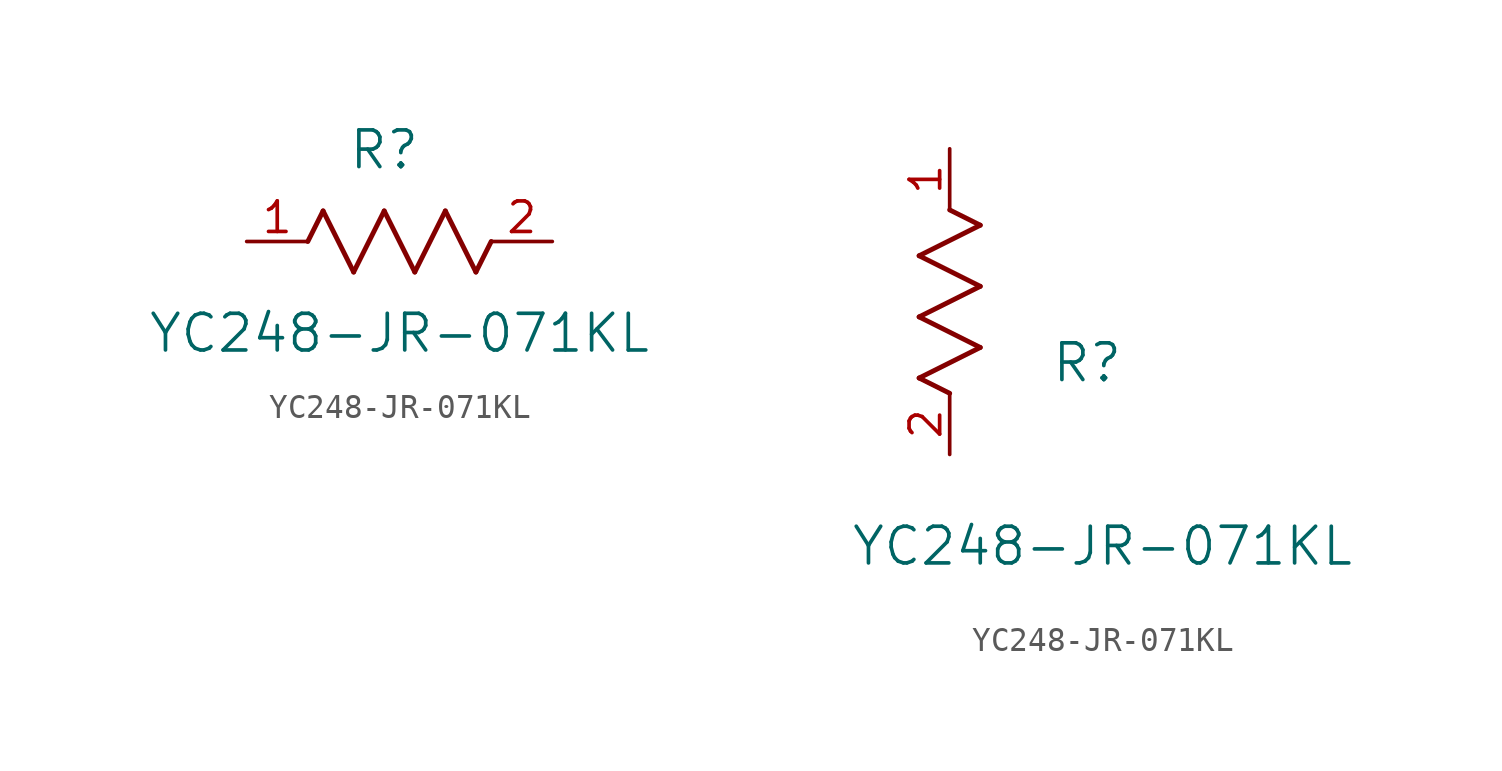
<source format=kicad_sym>
(kicad_symbol_lib
  (version 20211014)
  (generator kicad_symbol_editor)
  (symbol "YC248-JR-071KL"
    (pin_names
      (offset 0.254))
    (property "Reference" "R"
      (at 5.715 3.81 0)
      (effects (font (size 1.524 1.524))))
    (property "Value" "YC248-JR-071KL"
      (at 6.35 -3.81 0)
      (effects (font (size 1.524 1.524))))
    (symbol "YC248-JR-071KL_1_1"
      (polyline (pts (xy 3.175 1.27) (xy 4.445 -1.27)) (stroke (width 0.203) (type default) (color 0 0 0 0)) (fill (type none)))
      (polyline (pts (xy 4.445 -1.27) (xy 5.715 1.27)) (stroke (width 0.203) (type default) (color 0 0 0 0)) (fill (type none)))
      (polyline (pts (xy 5.715 1.27) (xy 6.985 -1.27)) (stroke (width 0.203) (type default) (color 0 0 0 0)) (fill (type none)))
      (polyline (pts (xy 6.985 -1.27) (xy 8.255 1.27)) (stroke (width 0.203) (type default) (color 0 0 0 0)) (fill (type none)))
      (polyline (pts (xy 8.255 1.27) (xy 9.525 -1.27)) (stroke (width 0.203) (type default) (color 0 0 0 0)) (fill (type none)))
      (polyline (pts (xy 2.54 0) (xy 3.175 1.27)) (stroke (width 0.203) (type default) (color 0 0 0 0)) (fill (type none)))
      (polyline (pts (xy 9.525 -1.27) (xy 10.16 0)) (stroke (width 0.203) (type default) (color 0 0 0 0)) (fill (type none)))
      (pin unspecified line (at 0 0 0) (length 2.54) (name "" (effects (font (size 1.27 1.27)))) (number "1" (effects (font (size 1.27 1.27)))))
      (pin unspecified line (at 12.7 0 180) (length 2.54) (name "" (effects (font (size 1.27 1.27)))) (number "2" (effects (font (size 1.27 1.27))))))
    (symbol "YC248-JR-071KL_1_2"
      (polyline (pts (xy 0 2.54) (xy -1.27 3.175)) (stroke (width 0.203) (type default) (color 0 0 0 0)) (fill (type none)))
      (polyline (pts (xy -1.27 3.175) (xy 1.27 4.445)) (stroke (width 0.203) (type default) (color 0 0 0 0)) (fill (type none)))
      (polyline (pts (xy 1.27 4.445) (xy -1.27 5.715)) (stroke (width 0.203) (type default) (color 0 0 0 0)) (fill (type none)))
      (polyline (pts (xy -1.27 5.715) (xy 1.27 6.985)) (stroke (width 0.203) (type default) (color 0 0 0 0)) (fill (type none)))
      (polyline (pts (xy -1.27 8.255) (xy 1.27 9.525)) (stroke (width 0.203) (type default) (color 0 0 0 0)) (fill (type none)))
      (polyline (pts (xy 1.27 9.525) (xy 0 10.16)) (stroke (width 0.203) (type default) (color 0 0 0 0)) (fill (type none)))
      (polyline (pts (xy 1.27 6.985) (xy -1.27 8.255)) (stroke (width 0.203) (type default) (color 0 0 0 0)) (fill (type none)))
      (pin unspecified line (at 0 12.7 270) (length 2.54) (name "" (effects (font (size 1.27 1.27)))) (number "1" (effects (font (size 1.27 1.27)))))
      (pin unspecified line (at 0 0 90) (length 2.54) (name "" (effects (font (size 1.27 1.27)))) (number "2" (effects (font (size 1.27 1.27))))))))
</source>
